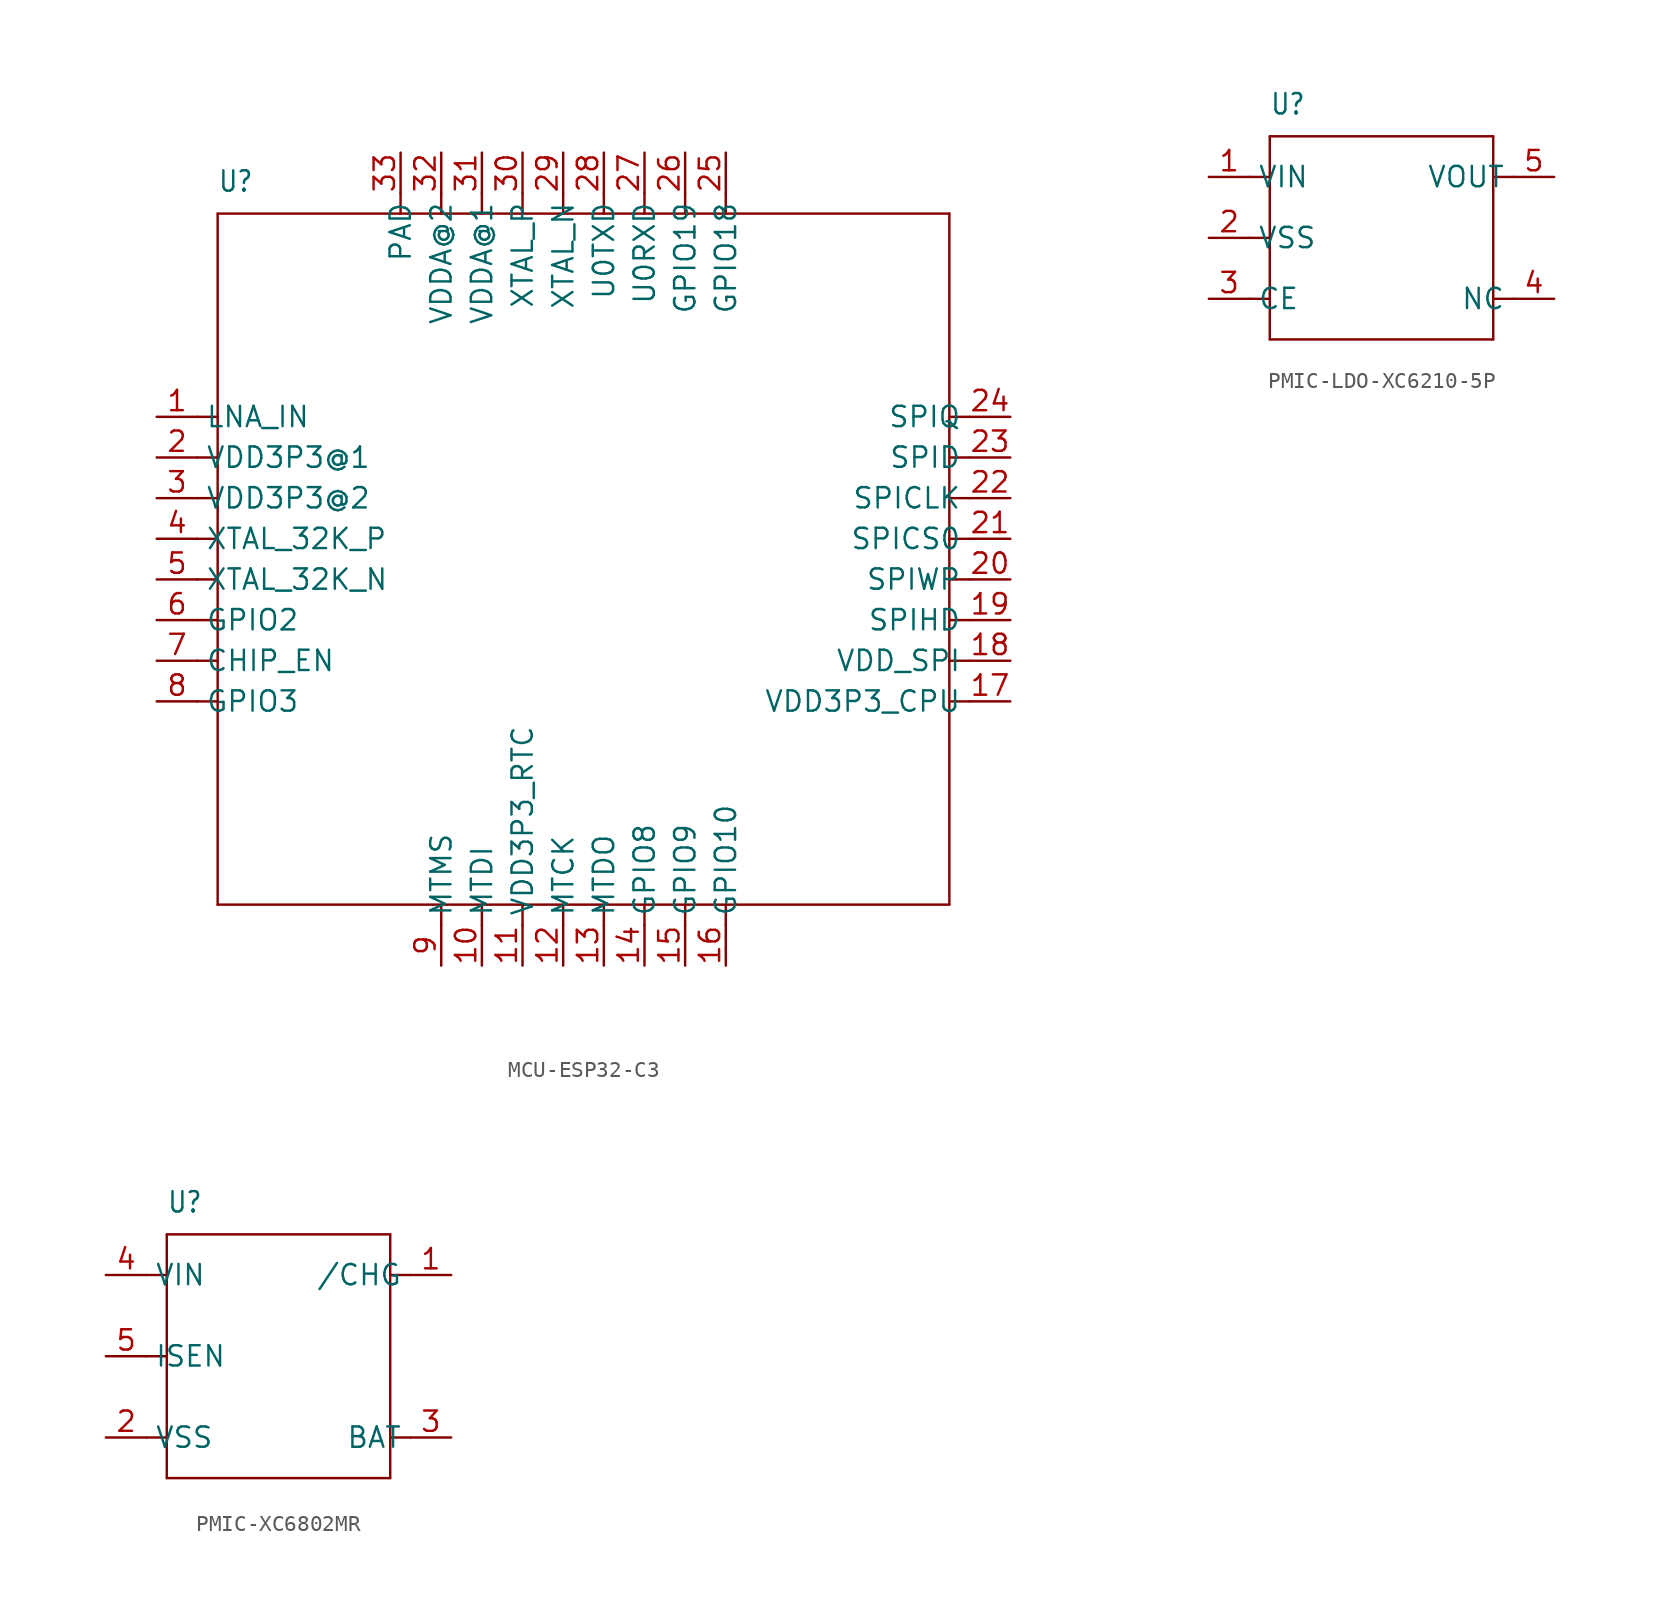
<source format=kicad_sym>
(kicad_symbol_lib
  (version 20231120)
  (generator "kicad_symbol_editor")
  (generator_version "8.0")
  (symbol "MCU-ESP32-C3"
    (property "Reference" "U"
      (at -22.86 22.86 0)
      (effects (font (size 1.27 1.079)) (justify left bottom)))
    (property "Value" ""
      (at -22.86 21.59 0)
      (effects (font (size 1.27 1.079)) (justify left bottom)))
    (property "ki_locked" ""
      (at 0 0 0)
      (effects (font (size 1.27 1.27))))
    (symbol "MCU-ESP32-C3_1_0"
      (polyline (pts (xy -22.86 -21.59) (xy 22.86 -21.59)) (stroke (width 0.152) (type solid)) (fill (type none)))
      (polyline (pts (xy -22.86 -8.89) (xy -24.13 -8.89)) (stroke (width 0.152) (type solid)) (fill (type none)))
      (polyline (pts (xy -22.86 -8.89) (xy -22.86 -21.59)) (stroke (width 0.152) (type solid)) (fill (type none)))
      (polyline (pts (xy -22.86 -6.35) (xy -24.13 -6.35)) (stroke (width 0.152) (type solid)) (fill (type none)))
      (polyline (pts (xy -22.86 -6.35) (xy -22.86 -8.89)) (stroke (width 0.152) (type solid)) (fill (type none)))
      (polyline (pts (xy -22.86 -3.81) (xy -24.13 -3.81)) (stroke (width 0.152) (type solid)) (fill (type none)))
      (polyline (pts (xy -22.86 -3.81) (xy -22.86 -6.35)) (stroke (width 0.152) (type solid)) (fill (type none)))
      (polyline (pts (xy -22.86 -1.27) (xy -24.13 -1.27)) (stroke (width 0.152) (type solid)) (fill (type none)))
      (polyline (pts (xy -22.86 -1.27) (xy -22.86 -3.81)) (stroke (width 0.152) (type solid)) (fill (type none)))
      (polyline (pts (xy -22.86 1.27) (xy -24.13 1.27)) (stroke (width 0.152) (type solid)) (fill (type none)))
      (polyline (pts (xy -22.86 1.27) (xy -22.86 -1.27)) (stroke (width 0.152) (type solid)) (fill (type none)))
      (polyline (pts (xy -22.86 3.81) (xy -24.13 3.81)) (stroke (width 0.152) (type solid)) (fill (type none)))
      (polyline (pts (xy -22.86 3.81) (xy -22.86 1.27)) (stroke (width 0.152) (type solid)) (fill (type none)))
      (polyline (pts (xy -22.86 6.35) (xy -24.13 6.35)) (stroke (width 0.152) (type solid)) (fill (type none)))
      (polyline (pts (xy -22.86 6.35) (xy -22.86 3.81)) (stroke (width 0.152) (type solid)) (fill (type none)))
      (polyline (pts (xy -22.86 8.89) (xy -24.13 8.89)) (stroke (width 0.152) (type solid)) (fill (type none)))
      (polyline (pts (xy -22.86 8.89) (xy -22.86 6.35)) (stroke (width 0.152) (type solid)) (fill (type none)))
      (polyline (pts (xy -22.86 21.59) (xy -22.86 8.89)) (stroke (width 0.152) (type solid)) (fill (type none)))
      (polyline (pts (xy -11.43 22.86) (xy -11.43 21.59)) (stroke (width 0.152) (type solid)) (fill (type none)))
      (polyline (pts (xy -8.89 -21.59) (xy -8.89 -22.86)) (stroke (width 0.152) (type solid)) (fill (type none)))
      (polyline (pts (xy -8.89 22.86) (xy -8.89 21.59)) (stroke (width 0.152) (type solid)) (fill (type none)))
      (polyline (pts (xy -6.35 -21.59) (xy -6.35 -22.86)) (stroke (width 0.152) (type solid)) (fill (type none)))
      (polyline (pts (xy -6.35 22.86) (xy -6.35 21.59)) (stroke (width 0.152) (type solid)) (fill (type none)))
      (polyline (pts (xy -3.81 -21.59) (xy -3.81 -22.86)) (stroke (width 0.152) (type solid)) (fill (type none)))
      (polyline (pts (xy -3.81 22.86) (xy -3.81 21.59)) (stroke (width 0.152) (type solid)) (fill (type none)))
      (polyline (pts (xy -1.27 -21.59) (xy -1.27 -22.86)) (stroke (width 0.152) (type solid)) (fill (type none)))
      (polyline (pts (xy -1.27 22.86) (xy -1.27 21.59)) (stroke (width 0.152) (type solid)) (fill (type none)))
      (polyline (pts (xy 1.27 -21.59) (xy 1.27 -22.86)) (stroke (width 0.152) (type solid)) (fill (type none)))
      (polyline (pts (xy 1.27 22.86) (xy 1.27 21.59)) (stroke (width 0.152) (type solid)) (fill (type none)))
      (polyline (pts (xy 3.81 -21.59) (xy 3.81 -22.86)) (stroke (width 0.152) (type solid)) (fill (type none)))
      (polyline (pts (xy 3.81 22.86) (xy 3.81 21.59)) (stroke (width 0.152) (type solid)) (fill (type none)))
      (polyline (pts (xy 6.35 -21.59) (xy 6.35 -22.86)) (stroke (width 0.152) (type solid)) (fill (type none)))
      (polyline (pts (xy 6.35 22.86) (xy 6.35 21.59)) (stroke (width 0.152) (type solid)) (fill (type none)))
      (polyline (pts (xy 8.89 -21.59) (xy 8.89 -22.86)) (stroke (width 0.152) (type solid)) (fill (type none)))
      (polyline (pts (xy 8.89 21.59) (xy -22.86 21.59)) (stroke (width 0.152) (type solid)) (fill (type none)))
      (polyline (pts (xy 8.89 22.86) (xy 8.89 21.59)) (stroke (width 0.152) (type solid)) (fill (type none)))
      (polyline (pts (xy 22.86 -21.59) (xy 22.86 21.59)) (stroke (width 0.152) (type solid)) (fill (type none)))
      (polyline (pts (xy 22.86 21.59) (xy 8.89 21.59)) (stroke (width 0.152) (type solid)) (fill (type none)))
      (polyline (pts (xy 24.13 -8.89) (xy 22.86 -8.89)) (stroke (width 0.152) (type solid)) (fill (type none)))
      (polyline (pts (xy 24.13 -6.35) (xy 22.86 -6.35)) (stroke (width 0.152) (type solid)) (fill (type none)))
      (polyline (pts (xy 24.13 -3.81) (xy 22.86 -3.81)) (stroke (width 0.152) (type solid)) (fill (type none)))
      (polyline (pts (xy 24.13 -1.27) (xy 22.86 -1.27)) (stroke (width 0.152) (type solid)) (fill (type none)))
      (polyline (pts (xy 24.13 1.27) (xy 22.86 1.27)) (stroke (width 0.152) (type solid)) (fill (type none)))
      (polyline (pts (xy 24.13 3.81) (xy 22.86 3.81)) (stroke (width 0.152) (type solid)) (fill (type none)))
      (polyline (pts (xy 24.13 6.35) (xy 22.86 6.35)) (stroke (width 0.152) (type solid)) (fill (type none)))
      (polyline (pts (xy 24.13 8.89) (xy 22.86 8.89)) (stroke (width 0.152) (type solid)) (fill (type none)))
      (pin bidirectional line (at -26.67 8.89 0) (length 2.54) (name "LNA_IN" (effects (font (size 1.27 1.27)))) (number "1" (effects (font (size 1.27 1.27)))))
      (pin bidirectional line (at -6.35 -25.4 90) (length 2.54) (name "MTDI" (effects (font (size 1.27 1.27)))) (number "10" (effects (font (size 1.27 1.27)))))
      (pin bidirectional line (at -3.81 -25.4 90) (length 2.54) (name "VDD3P3_RTC" (effects (font (size 1.27 1.27)))) (number "11" (effects (font (size 1.27 1.27)))))
      (pin bidirectional line (at -1.27 -25.4 90) (length 2.54) (name "MTCK" (effects (font (size 1.27 1.27)))) (number "12" (effects (font (size 1.27 1.27)))))
      (pin bidirectional line (at 1.27 -25.4 90) (length 2.54) (name "MTDO" (effects (font (size 1.27 1.27)))) (number "13" (effects (font (size 1.27 1.27)))))
      (pin bidirectional line (at 3.81 -25.4 90) (length 2.54) (name "GPIO8" (effects (font (size 1.27 1.27)))) (number "14" (effects (font (size 1.27 1.27)))))
      (pin bidirectional line (at 6.35 -25.4 90) (length 2.54) (name "GPIO9" (effects (font (size 1.27 1.27)))) (number "15" (effects (font (size 1.27 1.27)))))
      (pin bidirectional line (at 8.89 -25.4 90) (length 2.54) (name "GPIO10" (effects (font (size 1.27 1.27)))) (number "16" (effects (font (size 1.27 1.27)))))
      (pin bidirectional line (at 26.67 -8.89 180) (length 2.54) (name "VDD3P3_CPU" (effects (font (size 1.27 1.27)))) (number "17" (effects (font (size 1.27 1.27)))))
      (pin bidirectional line (at 26.67 -6.35 180) (length 2.54) (name "VDD_SPI" (effects (font (size 1.27 1.27)))) (number "18" (effects (font (size 1.27 1.27)))))
      (pin bidirectional line (at 26.67 -3.81 180) (length 2.54) (name "SPIHD" (effects (font (size 1.27 1.27)))) (number "19" (effects (font (size 1.27 1.27)))))
      (pin bidirectional line (at -26.67 6.35 0) (length 2.54) (name "VDD3P3@1" (effects (font (size 1.27 1.27)))) (number "2" (effects (font (size 1.27 1.27)))))
      (pin bidirectional line (at 26.67 -1.27 180) (length 2.54) (name "SPIWP" (effects (font (size 1.27 1.27)))) (number "20" (effects (font (size 1.27 1.27)))))
      (pin bidirectional line (at 26.67 1.27 180) (length 2.54) (name "SPICS0" (effects (font (size 1.27 1.27)))) (number "21" (effects (font (size 1.27 1.27)))))
      (pin bidirectional line (at 26.67 3.81 180) (length 2.54) (name "SPICLK" (effects (font (size 1.27 1.27)))) (number "22" (effects (font (size 1.27 1.27)))))
      (pin bidirectional line (at 26.67 6.35 180) (length 2.54) (name "SPID" (effects (font (size 1.27 1.27)))) (number "23" (effects (font (size 1.27 1.27)))))
      (pin bidirectional line (at 26.67 8.89 180) (length 2.54) (name "SPIQ" (effects (font (size 1.27 1.27)))) (number "24" (effects (font (size 1.27 1.27)))))
      (pin bidirectional line (at 8.89 25.4 270) (length 2.54) (name "GPIO18" (effects (font (size 1.27 1.27)))) (number "25" (effects (font (size 1.27 1.27)))))
      (pin bidirectional line (at 6.35 25.4 270) (length 2.54) (name "GPIO19" (effects (font (size 1.27 1.27)))) (number "26" (effects (font (size 1.27 1.27)))))
      (pin bidirectional line (at 3.81 25.4 270) (length 2.54) (name "U0RXD" (effects (font (size 1.27 1.27)))) (number "27" (effects (font (size 1.27 1.27)))))
      (pin bidirectional line (at 1.27 25.4 270) (length 2.54) (name "U0TXD" (effects (font (size 1.27 1.27)))) (number "28" (effects (font (size 1.27 1.27)))))
      (pin bidirectional line (at -1.27 25.4 270) (length 2.54) (name "XTAL_N" (effects (font (size 1.27 1.27)))) (number "29" (effects (font (size 1.27 1.27)))))
      (pin bidirectional line (at -26.67 3.81 0) (length 2.54) (name "VDD3P3@2" (effects (font (size 1.27 1.27)))) (number "3" (effects (font (size 1.27 1.27)))))
      (pin bidirectional line (at -3.81 25.4 270) (length 2.54) (name "XTAL_P" (effects (font (size 1.27 1.27)))) (number "30" (effects (font (size 1.27 1.27)))))
      (pin bidirectional line (at -6.35 25.4 270) (length 2.54) (name "VDDA@1" (effects (font (size 1.27 1.27)))) (number "31" (effects (font (size 1.27 1.27)))))
      (pin bidirectional line (at -8.89 25.4 270) (length 2.54) (name "VDDA@2" (effects (font (size 1.27 1.27)))) (number "32" (effects (font (size 1.27 1.27)))))
      (pin bidirectional line (at -11.43 25.4 270) (length 2.54) (name "PAD" (effects (font (size 1.27 1.27)))) (number "33" (effects (font (size 1.27 1.27)))))
      (pin bidirectional line (at -26.67 1.27 0) (length 2.54) (name "XTAL_32K_P" (effects (font (size 1.27 1.27)))) (number "4" (effects (font (size 1.27 1.27)))))
      (pin bidirectional line (at -26.67 -1.27 0) (length 2.54) (name "XTAL_32K_N" (effects (font (size 1.27 1.27)))) (number "5" (effects (font (size 1.27 1.27)))))
      (pin bidirectional line (at -26.67 -3.81 0) (length 2.54) (name "GPIO2" (effects (font (size 1.27 1.27)))) (number "6" (effects (font (size 1.27 1.27)))))
      (pin bidirectional line (at -26.67 -6.35 0) (length 2.54) (name "CHIP_EN" (effects (font (size 1.27 1.27)))) (number "7" (effects (font (size 1.27 1.27)))))
      (pin bidirectional line (at -26.67 -8.89 0) (length 2.54) (name "GPIO3" (effects (font (size 1.27 1.27)))) (number "8" (effects (font (size 1.27 1.27)))))
      (pin bidirectional line (at -8.89 -25.4 90) (length 2.54) (name "MTMS" (effects (font (size 1.27 1.27)))) (number "9" (effects (font (size 1.27 1.27)))))))
  (symbol "PMIC-LDO-XC6210-5P"
    (property "Reference" "U"
      (at -7.62 7.62 0)
      (effects (font (size 1.27 1.079)) (justify left bottom)))
    (property "Value" ""
      (at -7.62 6.35 0)
      (effects (font (size 1.27 1.079)) (justify left bottom)))
    (property "ki_locked" ""
      (at 0 0 0)
      (effects (font (size 1.27 1.27))))
    (symbol "PMIC-LDO-XC6210-5P_1_0"
      (polyline (pts (xy -7.62 -6.35) (xy -7.62 -3.81)) (stroke (width 0.152) (type solid)) (fill (type none)))
      (polyline (pts (xy -7.62 -3.81) (xy -8.89 -3.81)) (stroke (width 0.152) (type solid)) (fill (type none)))
      (polyline (pts (xy -7.62 -3.81) (xy -7.62 0)) (stroke (width 0.152) (type solid)) (fill (type none)))
      (polyline (pts (xy -7.62 0) (xy -8.89 0)) (stroke (width 0.152) (type solid)) (fill (type none)))
      (polyline (pts (xy -7.62 0) (xy -7.62 3.81)) (stroke (width 0.152) (type solid)) (fill (type none)))
      (polyline (pts (xy -7.62 3.81) (xy -8.89 3.81)) (stroke (width 0.152) (type solid)) (fill (type none)))
      (polyline (pts (xy -7.62 3.81) (xy -7.62 6.35)) (stroke (width 0.152) (type solid)) (fill (type none)))
      (polyline (pts (xy -7.62 6.35) (xy 6.35 6.35)) (stroke (width 0.152) (type solid)) (fill (type none)))
      (polyline (pts (xy 6.35 -6.35) (xy -7.62 -6.35)) (stroke (width 0.152) (type solid)) (fill (type none)))
      (polyline (pts (xy 6.35 -3.81) (xy 6.35 -6.35)) (stroke (width 0.152) (type solid)) (fill (type none)))
      (polyline (pts (xy 6.35 3.81) (xy 6.35 -3.81)) (stroke (width 0.152) (type solid)) (fill (type none)))
      (polyline (pts (xy 6.35 6.35) (xy 6.35 3.81)) (stroke (width 0.152) (type solid)) (fill (type none)))
      (polyline (pts (xy 7.62 -3.81) (xy 6.35 -3.81)) (stroke (width 0.152) (type solid)) (fill (type none)))
      (polyline (pts (xy 7.62 3.81) (xy 6.35 3.81)) (stroke (width 0.152) (type solid)) (fill (type none)))
      (pin bidirectional line (at -11.43 3.81 0) (length 2.54) (name "VIN" (effects (font (size 1.27 1.27)))) (number "1" (effects (font (size 1.27 1.27)))))
      (pin bidirectional line (at -11.43 0 0) (length 2.54) (name "VSS" (effects (font (size 1.27 1.27)))) (number "2" (effects (font (size 1.27 1.27)))))
      (pin bidirectional line (at -11.43 -3.81 0) (length 2.54) (name "CE" (effects (font (size 1.27 1.27)))) (number "3" (effects (font (size 1.27 1.27)))))
      (pin bidirectional line (at 10.16 -3.81 180) (length 2.54) (name "NC" (effects (font (size 1.27 1.27)))) (number "4" (effects (font (size 1.27 1.27)))))
      (pin bidirectional line (at 10.16 3.81 180) (length 2.54) (name "VOUT" (effects (font (size 1.27 1.27)))) (number "5" (effects (font (size 1.27 1.27)))))))
  (symbol "PMIC-XC6802MR"
    (property "Reference" "U"
      (at -7.62 8.89 0)
      (effects (font (size 1.27 1.079)) (justify left bottom)))
    (property "Value" ""
      (at -7.62 7.62 0)
      (effects (font (size 1.27 1.079)) (justify left bottom)))
    (property "ki_locked" ""
      (at 0 0 0)
      (effects (font (size 1.27 1.27))))
    (symbol "PMIC-XC6802MR_1_0"
      (polyline (pts (xy -8.89 -5.08) (xy -7.62 -5.08)) (stroke (width 0.152) (type solid)) (fill (type none)))
      (polyline (pts (xy -8.89 0) (xy -7.62 0)) (stroke (width 0.152) (type solid)) (fill (type none)))
      (polyline (pts (xy -8.89 5.08) (xy -7.62 5.08)) (stroke (width 0.152) (type solid)) (fill (type none)))
      (polyline (pts (xy -7.62 -7.62) (xy -7.62 -5.08)) (stroke (width 0.152) (type solid)) (fill (type none)))
      (polyline (pts (xy -7.62 -5.08) (xy -7.62 0)) (stroke (width 0.152) (type solid)) (fill (type none)))
      (polyline (pts (xy -7.62 0) (xy -7.62 5.08)) (stroke (width 0.152) (type solid)) (fill (type none)))
      (polyline (pts (xy -7.62 5.08) (xy -7.62 7.62)) (stroke (width 0.152) (type solid)) (fill (type none)))
      (polyline (pts (xy -7.62 7.62) (xy 6.35 7.62)) (stroke (width 0.152) (type solid)) (fill (type none)))
      (polyline (pts (xy 6.35 -7.62) (xy -7.62 -7.62)) (stroke (width 0.152) (type solid)) (fill (type none)))
      (polyline (pts (xy 6.35 -5.08) (xy 6.35 -7.62)) (stroke (width 0.152) (type solid)) (fill (type none)))
      (polyline (pts (xy 6.35 5.08) (xy 6.35 -5.08)) (stroke (width 0.152) (type solid)) (fill (type none)))
      (polyline (pts (xy 6.35 7.62) (xy 6.35 5.08)) (stroke (width 0.152) (type solid)) (fill (type none)))
      (polyline (pts (xy 7.62 -5.08) (xy 6.35 -5.08)) (stroke (width 0.152) (type solid)) (fill (type none)))
      (polyline (pts (xy 7.62 5.08) (xy 6.35 5.08)) (stroke (width 0.152) (type solid)) (fill (type none)))
      (pin bidirectional line (at 10.16 5.08 180) (length 2.54) (name "/CHG" (effects (font (size 1.27 1.27)))) (number "1" (effects (font (size 1.27 1.27)))))
      (pin bidirectional line (at -11.43 -5.08 0) (length 2.54) (name "VSS" (effects (font (size 1.27 1.27)))) (number "2" (effects (font (size 1.27 1.27)))))
      (pin bidirectional line (at 10.16 -5.08 180) (length 2.54) (name "BAT" (effects (font (size 1.27 1.27)))) (number "3" (effects (font (size 1.27 1.27)))))
      (pin bidirectional line (at -11.43 5.08 0) (length 2.54) (name "VIN" (effects (font (size 1.27 1.27)))) (number "4" (effects (font (size 1.27 1.27)))))
      (pin bidirectional line (at -11.43 0 0) (length 2.54) (name "ISEN" (effects (font (size 1.27 1.27)))) (number "5" (effects (font (size 1.27 1.27))))))))
</source>
